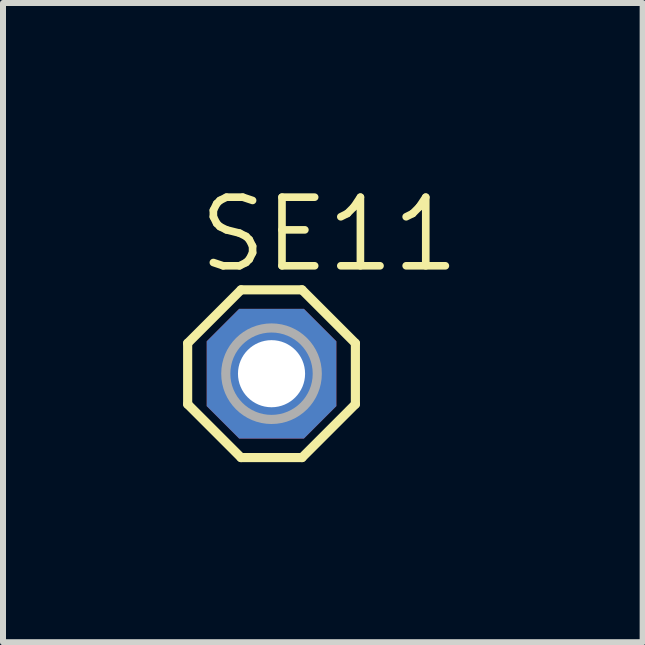
<source format=kicad_pcb>
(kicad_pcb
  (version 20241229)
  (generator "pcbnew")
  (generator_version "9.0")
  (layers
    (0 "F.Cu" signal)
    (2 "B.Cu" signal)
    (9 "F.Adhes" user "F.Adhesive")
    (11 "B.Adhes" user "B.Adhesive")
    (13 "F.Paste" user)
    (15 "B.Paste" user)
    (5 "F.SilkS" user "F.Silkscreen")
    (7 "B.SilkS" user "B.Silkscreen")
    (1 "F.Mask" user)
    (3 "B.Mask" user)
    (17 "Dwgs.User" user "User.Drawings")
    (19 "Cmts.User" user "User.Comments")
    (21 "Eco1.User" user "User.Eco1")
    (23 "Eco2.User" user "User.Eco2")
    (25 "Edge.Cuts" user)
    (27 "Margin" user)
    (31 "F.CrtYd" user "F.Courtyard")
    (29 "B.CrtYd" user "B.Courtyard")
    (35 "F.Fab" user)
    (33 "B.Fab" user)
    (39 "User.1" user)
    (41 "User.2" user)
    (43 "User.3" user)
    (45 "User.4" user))
  (footprint "SE11"
    (layer "F.Cu")
    (at 1.473 3.175)
    (property "Reference" "SE11" (at -1.27 -1.651 0) (layer "F.SilkS") (effects (font (size 1.143 1.143) (thickness 0.127)) (justify left bottom)))
    (fp_line (start -1.397 -0.508) (end -1.397 0.508) (stroke (width 0.152) (type solid)) (layer "F.SilkS"))
    (fp_line (start -1.397 -0.508) (end -0.508 -1.397) (stroke (width 0.152) (type solid)) (layer "F.SilkS"))
    (fp_line (start -0.508 -1.397) (end 0.508 -1.397) (stroke (width 0.152) (type solid)) (layer "F.SilkS"))
    (fp_line (start -0.508 1.397) (end -1.397 0.508) (stroke (width 0.152) (type solid)) (layer "F.SilkS"))
    (fp_line (start 0.508 -1.397) (end 1.397 -0.508) (stroke (width 0.152) (type solid)) (layer "F.SilkS"))
    (fp_line (start 0.508 1.397) (end -0.508 1.397) (stroke (width 0.152) (type solid)) (layer "F.SilkS"))
    (fp_line (start 0.508 1.397) (end 1.397 0.508) (stroke (width 0.152) (type solid)) (layer "F.SilkS"))
    (fp_line (start 1.397 -0.508) (end 1.397 0.508) (stroke (width 0.152) (type solid)) (layer "F.SilkS"))
    (fp_circle (center 0 0) (end 0.381 0) (stroke (width 0.254) (type solid)) (fill no) (layer "F.Fab"))
    (fp_circle (center 0 0) (end 0.762 0) (stroke (width 0.152) (type solid)) (fill no) (layer "F.Fab"))
    (pad "MP" thru_hole roundrect (at 0 0) (size 2.159 2.159) (drill 1.118) (layers "*.Cu" "*.Mask") (roundrect_rratio 0.25) (chamfer_ratio 0.25) (chamfer top_left top_right bottom_left bottom_right)))
  (gr_rect
    (start -3 -3)
    (end 7.655 7.648)
    (stroke (width 0.1) (type default))
    (fill no)
    (layer "Edge.Cuts")))
</source>
